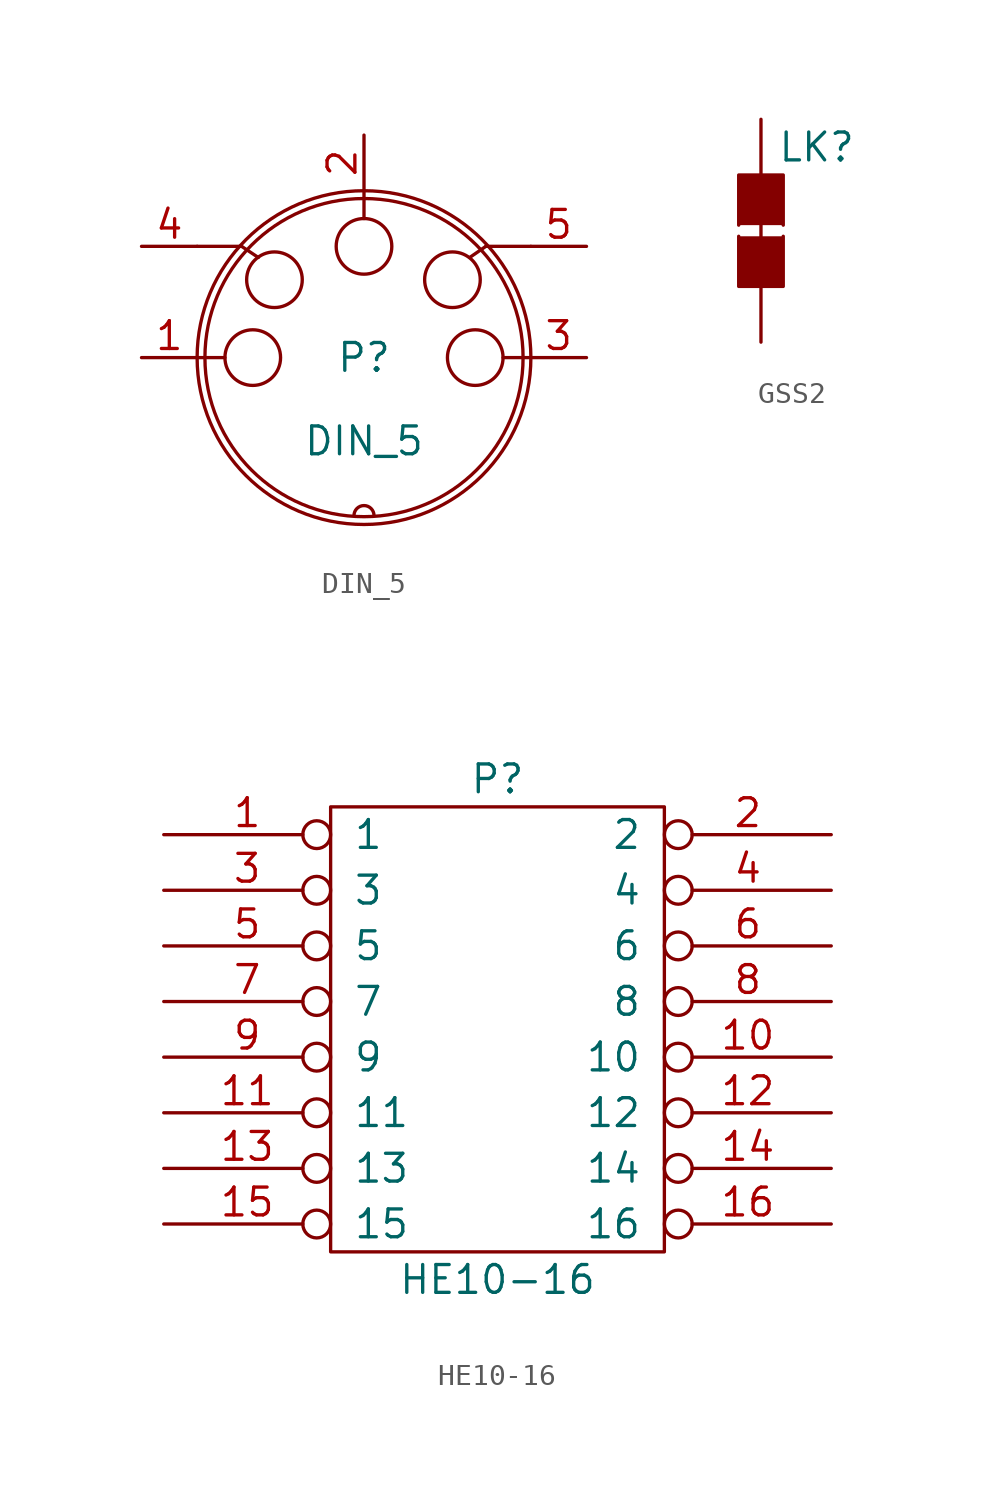
<source format=kicad_sym>
(kicad_symbol_lib
  (version 20211014)
  (generator kicad_symbol_editor)
  (symbol "DIN_5"
    (pin_names
      (offset 1.016) hide)
    (property "Reference" "P"
      (at 0 0 0)
      (effects (font (size 1.27 1.27))))
    (property "Value" "DIN_5"
      (at 0 -3.81 0)
      (effects (font (size 1.27 1.27))))
    (property "Footprint" ""
      (at 0 0 0)
      (effects (font (size 1.27 1.27))))
    (property "Datasheet" ""
      (at 0 0 0)
      (effects (font (size 1.27 1.27))))
    (symbol "DIN_5_0_1"
      (circle (center -5.08 0) (radius 1.27) (stroke (width 0) (type default) (color 0 0 0 0)) (fill (type none)))
      (circle (center -4.089 3.556) (radius 1.27) (stroke (width 0) (type default) (color 0 0 0 0)) (fill (type none)))
      (polyline (pts (xy -7.62 5.08) (xy -5.588 5.08)) (stroke (width 0) (type default) (color 0 0 0 0)) (fill (type none)))
      (polyline (pts (xy -6.35 0) (xy -7.62 0)) (stroke (width 0) (type default) (color 0 0 0 0)) (fill (type none)))
      (polyline (pts (xy -5.588 5.08) (xy -4.826 4.572)) (stroke (width 0) (type default) (color 0 0 0 0)) (fill (type none)))
      (polyline (pts (xy 0 6.35) (xy 0 7.62)) (stroke (width 0) (type default) (color 0 0 0 0)) (fill (type none)))
      (polyline (pts (xy 5.563 5.08) (xy 4.826 4.572)) (stroke (width 0) (type default) (color 0 0 0 0)) (fill (type none)))
      (polyline (pts (xy 6.35 0) (xy 7.62 0)) (stroke (width 0) (type default) (color 0 0 0 0)) (fill (type none)))
      (polyline (pts (xy 7.62 5.08) (xy 5.563 5.08)) (stroke (width 0) (type default) (color 0 0 0 0)) (fill (type none)))
      (circle (center 0 0) (radius 7.264) (stroke (width 0) (type default) (color 0 0 0 0)) (fill (type none)))
      (circle (center 0 0) (radius 7.62) (stroke (width 0) (type default) (color 0 0 0 0)) (fill (type none)))
      (circle (center 0 5.08) (radius 1.27) (stroke (width 0) (type default) (color 0 0 0 0)) (fill (type none)))
      (arc (start 0.4572 -7.2136) (mid 0 -6.7564) (end -0.4572 -7.2136) (stroke (width 0) (type default) (color 0 0 0 0)) (fill (type none)))
      (circle (center 4.039 3.556) (radius 1.27) (stroke (width 0) (type default) (color 0 0 0 0)) (fill (type none)))
      (circle (center 5.08 0) (radius 1.27) (stroke (width 0) (type default) (color 0 0 0 0)) (fill (type none))))
    (symbol "DIN_5_1_1"
      (pin passive line (at -10.16 0 0) (length 2.54) (name "1" (effects (font (size 1.27 1.27)))) (number "1" (effects (font (size 1.27 1.27)))))
      (pin passive line (at 0 10.16 270) (length 2.54) (name "2" (effects (font (size 1.27 1.27)))) (number "2" (effects (font (size 1.27 1.27)))))
      (pin passive line (at 10.16 0 180) (length 2.54) (name "3" (effects (font (size 1.27 1.27)))) (number "3" (effects (font (size 1.27 1.27)))))
      (pin passive line (at -10.16 5.08 0) (length 2.54) (name "4" (effects (font (size 1.27 1.27)))) (number "4" (effects (font (size 1.27 1.27)))))
      (pin passive line (at 10.16 5.08 180) (length 2.54) (name "5" (effects (font (size 1.27 1.27)))) (number "5" (effects (font (size 1.27 1.27)))))))
  (symbol "GSS2"
    (pin_numbers hide)
    (pin_names
      (offset 1.016) hide)
    (property "Reference" "LK"
      (at 2.54 3.81 0)
      (effects (font (size 1.27 1.27))))
    (property "Footprint" ""
      (at 1.88 0 90)
      (effects (font (size 1.27 1.27))))
    (property "Datasheet" ""
      (at 0 0 0)
      (effects (font (size 1.27 1.27))))
    (symbol "GSS2_0_1"
      (polyline (pts (xy 0 1.27) (xy 0 -1.27)) (stroke (width 0) (type default) (color 0 0 0 0)) (fill (type none)))
      (polyline (pts (xy -1.016 -0.254) (xy -1.016 -2.54) (xy 1.016 -2.54) (xy 1.016 -0.254)) (stroke (width 0) (type default) (color 0 0 0 0)) (fill (type outline)))
      (polyline (pts (xy -1.016 0.254) (xy -1.016 2.54) (xy 1.016 2.54) (xy 1.016 0.254)) (stroke (width 0) (type default) (color 0 0 0 0)) (fill (type outline))))
    (symbol "GSS2_1_1"
      (pin passive line (at 0 5.08 270) (length 2.54) (name "G1" (effects (font (size 1.27 1.27)))) (number "1" (effects (font (size 1.27 1.27)))))
      (pin passive line (at 0 -5.08 90) (length 2.54) (name "G2" (effects (font (size 1.27 1.27)))) (number "2" (effects (font (size 1.27 1.27)))))))
  (symbol "HE10-16"
    (pin_names
      (offset 1.016))
    (property "Reference" "P"
      (at 0 11.43 0)
      (effects (font (size 1.27 1.27))))
    (property "Value" "HE10-16"
      (at 0 -11.43 0)
      (effects (font (size 1.27 1.27))))
    (property "Footprint" ""
      (at 0 0 0)
      (effects (font (size 1.27 1.27))))
    (property "Datasheet" ""
      (at 0 0 0)
      (effects (font (size 1.27 1.27))))
    (symbol "HE10-16_0_1"
      (rectangle (start -7.62 10.16) (end 7.62 -10.16) (stroke (width 0) (type default) (color 0 0 0 0)) (fill (type none))))
    (symbol "HE10-16_1_1"
      (pin passive inverted (at -15.24 8.89 0) (length 7.62) (name "1" (effects (font (size 1.27 1.27)))) (number "1" (effects (font (size 1.27 1.27)))))
      (pin passive inverted (at 15.24 -1.27 180) (length 7.62) (name "10" (effects (font (size 1.27 1.27)))) (number "10" (effects (font (size 1.27 1.27)))))
      (pin passive inverted (at -15.24 -3.81 0) (length 7.62) (name "11" (effects (font (size 1.27 1.27)))) (number "11" (effects (font (size 1.27 1.27)))))
      (pin passive inverted (at 15.24 -3.81 180) (length 7.62) (name "12" (effects (font (size 1.27 1.27)))) (number "12" (effects (font (size 1.27 1.27)))))
      (pin passive inverted (at -15.24 -6.35 0) (length 7.62) (name "13" (effects (font (size 1.27 1.27)))) (number "13" (effects (font (size 1.27 1.27)))))
      (pin passive inverted (at 15.24 -6.35 180) (length 7.62) (name "14" (effects (font (size 1.27 1.27)))) (number "14" (effects (font (size 1.27 1.27)))))
      (pin passive inverted (at -15.24 -8.89 0) (length 7.62) (name "15" (effects (font (size 1.27 1.27)))) (number "15" (effects (font (size 1.27 1.27)))))
      (pin passive inverted (at 15.24 -8.89 180) (length 7.62) (name "16" (effects (font (size 1.27 1.27)))) (number "16" (effects (font (size 1.27 1.27)))))
      (pin passive inverted (at 15.24 8.89 180) (length 7.62) (name "2" (effects (font (size 1.27 1.27)))) (number "2" (effects (font (size 1.27 1.27)))))
      (pin passive inverted (at -15.24 6.35 0) (length 7.62) (name "3" (effects (font (size 1.27 1.27)))) (number "3" (effects (font (size 1.27 1.27)))))
      (pin passive inverted (at 15.24 6.35 180) (length 7.62) (name "4" (effects (font (size 1.27 1.27)))) (number "4" (effects (font (size 1.27 1.27)))))
      (pin passive inverted (at -15.24 3.81 0) (length 7.62) (name "5" (effects (font (size 1.27 1.27)))) (number "5" (effects (font (size 1.27 1.27)))))
      (pin passive inverted (at 15.24 3.81 180) (length 7.62) (name "6" (effects (font (size 1.27 1.27)))) (number "6" (effects (font (size 1.27 1.27)))))
      (pin passive inverted (at -15.24 1.27 0) (length 7.62) (name "7" (effects (font (size 1.27 1.27)))) (number "7" (effects (font (size 1.27 1.27)))))
      (pin passive inverted (at 15.24 1.27 180) (length 7.62) (name "8" (effects (font (size 1.27 1.27)))) (number "8" (effects (font (size 1.27 1.27)))))
      (pin passive inverted (at -15.24 -1.27 0) (length 7.62) (name "9" (effects (font (size 1.27 1.27)))) (number "9" (effects (font (size 1.27 1.27))))))))
</source>
